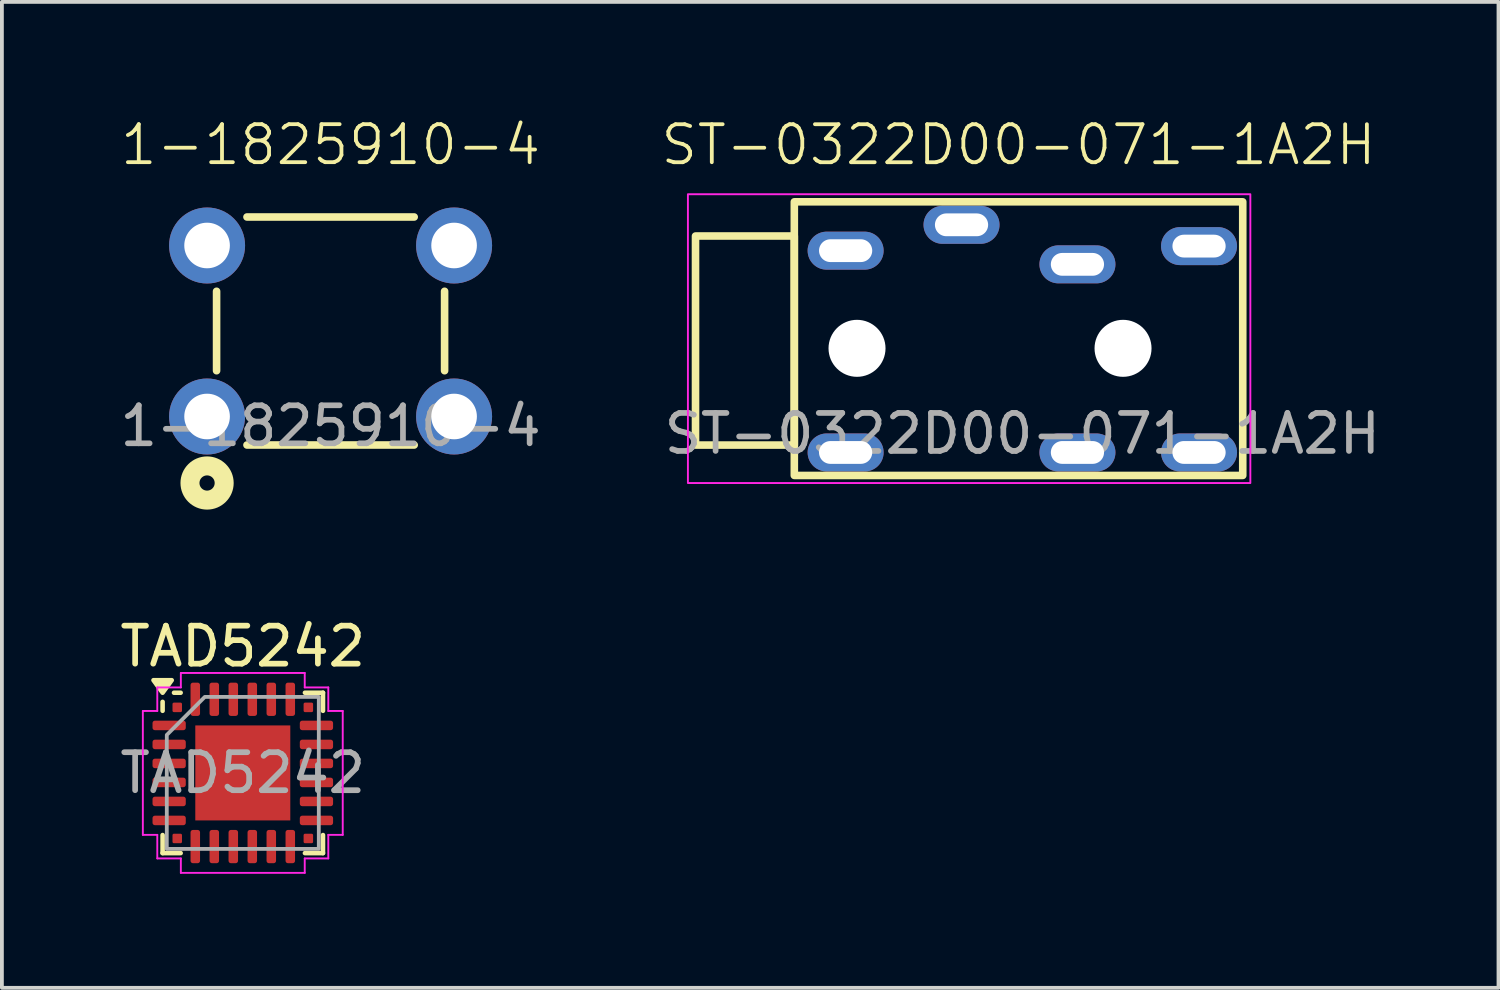
<source format=kicad_pcb>
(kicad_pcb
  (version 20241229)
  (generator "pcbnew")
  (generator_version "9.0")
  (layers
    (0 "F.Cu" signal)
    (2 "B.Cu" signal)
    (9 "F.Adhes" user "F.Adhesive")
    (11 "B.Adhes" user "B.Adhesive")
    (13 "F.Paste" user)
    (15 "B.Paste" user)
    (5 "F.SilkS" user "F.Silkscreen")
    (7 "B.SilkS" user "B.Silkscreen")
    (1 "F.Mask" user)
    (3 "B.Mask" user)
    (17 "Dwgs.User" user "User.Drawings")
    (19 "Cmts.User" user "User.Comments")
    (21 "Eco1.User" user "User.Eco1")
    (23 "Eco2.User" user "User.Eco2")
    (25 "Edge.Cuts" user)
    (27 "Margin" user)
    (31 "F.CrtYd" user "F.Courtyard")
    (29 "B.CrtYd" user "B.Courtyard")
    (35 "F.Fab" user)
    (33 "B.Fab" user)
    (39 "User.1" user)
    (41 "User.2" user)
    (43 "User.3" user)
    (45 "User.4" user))
  (footprint "1-1825910-4"
    (layer "F.Cu")
    (at 5.649 5.66)
    (property "Reference" "1-1825910-4" (at 0 -4.9 0) (unlocked yes) (layer "F.SilkS") (effects (font (size 1 1) (thickness 0.1))))
    (attr smd)
    (fp_line (start -3 -1.045) (end -3 1.045) (stroke (width 0.2) (type solid)) (layer "F.SilkS"))
    (fp_line (start -2.2 -3) (end 2.2 -3) (stroke (width 0.2) (type solid)) (layer "F.SilkS"))
    (fp_line (start -2.2 3) (end 2.2 3) (stroke (width 0.2) (type solid)) (layer "F.SilkS"))
    (fp_line (start 3 -1.045) (end 3 1.045) (stroke (width 0.2) (type solid)) (layer "F.SilkS"))
    (fp_circle (center -3.25 4) (end -3.05 4) (stroke (width 0.5) (type solid)) (fill no) (layer "F.SilkS"))
    (fp_text user "${REFERENCE}" (at 0 2.5 0) (unlocked yes) (layer "F.Fab") (effects (font (size 1 1) (thickness 0.15))))
    (pad "1" thru_hole circle (at -3.25 2.25) (size 2 2) (drill 1.2) (layers "*.Cu" "*.Mask"))
    (pad "2" thru_hole circle (at 3.25 2.25) (size 2 2) (drill 1.2) (layers "*.Cu" "*.Mask"))
    (pad "3" thru_hole circle (at 3.25 -2.25) (size 2 2) (drill 1.2) (layers "*.Cu" "*.Mask"))
    (pad "4" thru_hole circle (at -3.25 -2.25) (size 2 2) (drill 1.2) (layers "*.Cu" "*.Mask")))
  (footprint "ST-0322D00-071-1A2H"
    (layer "F.Cu")
    (at 23.852 5.861)
    (property "Reference" "ST-0322D00-071-1A2H" (at -0.1 -5.1 0) (unlocked yes) (layer "F.SilkS") (effects (font (size 1 1) (thickness 0.1))))
    (attr smd)
    (fp_rect (start -8.6 -2.7) (end -6 2.8) (stroke (width 0.2) (type solid)) (fill no) (layer "F.SilkS"))
    (fp_rect (start -6 -3.6) (end 5.8 3.6) (stroke (width 0.2) (type solid)) (fill no) (layer "F.SilkS"))
    (fp_rect (start -8.8 -3.8) (end 6 3.8) (stroke (width 0.05) (type default)) (fill no) (layer "F.CrtYd"))
    (fp_text user "${REFERENCE}" (at 0 2.5 0) (unlocked yes) (layer "F.Fab") (effects (font (size 1 1) (thickness 0.15))))
    (pad "" np_thru_hole circle (at -4.35 0.255) (size 1.5 1.5) (drill 1.5) (layers "*.Cu" "*.Mask"))
    (pad "" np_thru_hole circle (at 2.65 0.255) (size 1.5 1.5) (drill 1.5) (layers "*.Cu" "*.Mask"))
    (pad "1" thru_hole oval (at -4.65 2.995) (size 2 1) (drill oval 1.4 0.6) (layers "*.Cu" "*.Mask"))
    (pad "2" thru_hole oval (at -4.65 -2.315) (size 2 1) (drill oval 1.4 0.6) (layers "*.Cu" "*.Mask"))
    (pad "3" thru_hole oval (at 4.65 2.995) (size 2 1) (drill oval 1.4 0.6) (layers "*.Cu" "*.Mask"))
    (pad "4" thru_hole oval (at 4.65 -2.435) (size 2 1) (drill oval 1.4 0.6) (layers "*.Cu" "*.Mask"))
    (pad "5" thru_hole oval (at 1.45 -1.955) (size 2 1) (drill oval 1.4 0.6) (layers "*.Cu" "*.Mask"))
    (pad "6" thru_hole oval (at 1.45 2.995) (size 2 1) (drill oval 1.4 0.6) (layers "*.Cu" "*.Mask"))
    (pad "7" thru_hole oval (at -1.6 -2.995) (size 2 1) (drill oval 1.4 0.6) (layers "*.Cu" "*.Mask")))
  (footprint "TAD5242"
    (layer "F.Cu")
    (at 3.339 17.289)
    (property "Reference" "TAD5242" (at 0 -3.33 0) (layer "F.SilkS") (effects (font (size 1 1) (thickness 0.15))))
    (attr smd)
    (fp_line (start -2.11 -1.635) (end -2.11 -1.87) (stroke (width 0.12) (type solid)) (layer "F.SilkS"))
    (fp_line (start -2.11 2.11) (end -2.11 1.635) (stroke (width 0.12) (type solid)) (layer "F.SilkS"))
    (fp_line (start -1.635 -2.11) (end -1.81 -2.11) (stroke (width 0.12) (type solid)) (layer "F.SilkS"))
    (fp_line (start -1.635 2.11) (end -2.11 2.11) (stroke (width 0.12) (type solid)) (layer "F.SilkS"))
    (fp_line (start 1.635 -2.11) (end 2.11 -2.11) (stroke (width 0.12) (type solid)) (layer "F.SilkS"))
    (fp_line (start 1.635 2.11) (end 2.11 2.11) (stroke (width 0.12) (type solid)) (layer "F.SilkS"))
    (fp_line (start 2.11 -2.11) (end 2.11 -1.635) (stroke (width 0.12) (type solid)) (layer "F.SilkS"))
    (fp_line (start 2.11 2.11) (end 2.11 1.635) (stroke (width 0.12) (type solid)) (layer "F.SilkS"))
    (fp_poly (pts (xy -2.11 -2.11) (xy -2.35 -2.44) (xy -1.87 -2.44)) (stroke (width 0.12) (type solid)) (fill yes) (layer "F.SilkS"))
    (fp_line (start -2.63 -1.63) (end -2.25 -1.63) (stroke (width 0.05) (type solid)) (layer "F.CrtYd"))
    (fp_line (start -2.63 1.63) (end -2.63 -1.63) (stroke (width 0.05) (type solid)) (layer "F.CrtYd"))
    (fp_line (start -2.25 -2.25) (end -1.63 -2.25) (stroke (width 0.05) (type solid)) (layer "F.CrtYd"))
    (fp_line (start -2.25 -1.63) (end -2.25 -2.25) (stroke (width 0.05) (type solid)) (layer "F.CrtYd"))
    (fp_line (start -2.25 1.63) (end -2.63 1.63) (stroke (width 0.05) (type solid)) (layer "F.CrtYd"))
    (fp_line (start -2.25 2.25) (end -2.25 1.63) (stroke (width 0.05) (type solid)) (layer "F.CrtYd"))
    (fp_line (start -1.63 -2.63) (end 1.63 -2.63) (stroke (width 0.05) (type solid)) (layer "F.CrtYd"))
    (fp_line (start -1.63 -2.25) (end -1.63 -2.63) (stroke (width 0.05) (type solid)) (layer "F.CrtYd"))
    (fp_line (start -1.63 2.25) (end -2.25 2.25) (stroke (width 0.05) (type solid)) (layer "F.CrtYd"))
    (fp_line (start -1.63 2.63) (end -1.63 2.25) (stroke (width 0.05) (type solid)) (layer "F.CrtYd"))
    (fp_line (start 1.63 -2.63) (end 1.63 -2.25) (stroke (width 0.05) (type solid)) (layer "F.CrtYd"))
    (fp_line (start 1.63 -2.25) (end 2.25 -2.25) (stroke (width 0.05) (type solid)) (layer "F.CrtYd"))
    (fp_line (start 1.63 2.25) (end 1.63 2.63) (stroke (width 0.05) (type solid)) (layer "F.CrtYd"))
    (fp_line (start 1.63 2.63) (end -1.63 2.63) (stroke (width 0.05) (type solid)) (layer "F.CrtYd"))
    (fp_line (start 2.25 -2.25) (end 2.25 -1.63) (stroke (width 0.05) (type solid)) (layer "F.CrtYd"))
    (fp_line (start 2.25 -1.63) (end 2.63 -1.63) (stroke (width 0.05) (type solid)) (layer "F.CrtYd"))
    (fp_line (start 2.25 1.63) (end 2.25 2.25) (stroke (width 0.05) (type solid)) (layer "F.CrtYd"))
    (fp_line (start 2.25 2.25) (end 1.63 2.25) (stroke (width 0.05) (type solid)) (layer "F.CrtYd"))
    (fp_line (start 2.63 -1.63) (end 2.63 1.63) (stroke (width 0.05) (type solid)) (layer "F.CrtYd"))
    (fp_line (start 2.63 1.63) (end 2.25 1.63) (stroke (width 0.05) (type solid)) (layer "F.CrtYd"))
    (fp_poly (pts (xy -2 -1) (xy -2 2) (xy 2 2) (xy 2 -2) (xy -1 -2)) (stroke (width 0.1) (type solid)) (fill no) (layer "F.Fab"))
    (fp_text user "${REFERENCE}" (at 0 0 0) (layer "F.Fab") (effects (font (size 1 1) (thickness 0.15))))
    (pad "" smd roundrect (at -0.625 -0.625) (size 1.01 1.01) (layers "F.Paste") (roundrect_rratio 0.248))
    (pad "" smd roundrect (at -0.625 0.625) (size 1.01 1.01) (layers "F.Paste") (roundrect_rratio 0.248))
    (pad "" smd roundrect (at 0.625 -0.625) (size 1.01 1.01) (layers "F.Paste") (roundrect_rratio 0.248))
    (pad "" smd roundrect (at 0.625 0.625) (size 1.01 1.01) (layers "F.Paste") (roundrect_rratio 0.248))
    (pad "1" smd roundrect (at -1.938 -1.25) (size 0.875 0.25) (layers "F.Cu" "F.Mask" "F.Paste") (roundrect_rratio 0.25))
    (pad "2" smd roundrect (at -1.938 -0.75) (size 0.875 0.25) (layers "F.Cu" "F.Mask" "F.Paste") (roundrect_rratio 0.25))
    (pad "3" smd roundrect (at -1.938 -0.25) (size 0.875 0.25) (layers "F.Cu" "F.Mask" "F.Paste") (roundrect_rratio 0.25))
    (pad "4" smd roundrect (at -1.938 0.25) (size 0.875 0.25) (layers "F.Cu" "F.Mask" "F.Paste") (roundrect_rratio 0.25))
    (pad "5" smd roundrect (at -1.938 0.75) (size 0.875 0.25) (layers "F.Cu" "F.Mask" "F.Paste") (roundrect_rratio 0.25))
    (pad "6" smd roundrect (at -1.938 1.25) (size 0.875 0.25) (layers "F.Cu" "F.Mask" "F.Paste") (roundrect_rratio 0.25))
    (pad "7" smd roundrect (at -1.25 1.938) (size 0.25 0.875) (layers "F.Cu" "F.Mask" "F.Paste") (roundrect_rratio 0.25))
    (pad "8" smd roundrect (at -0.75 1.938) (size 0.25 0.875) (layers "F.Cu" "F.Mask" "F.Paste") (roundrect_rratio 0.25))
    (pad "9" smd roundrect (at -0.25 1.938) (size 0.25 0.875) (layers "F.Cu" "F.Mask" "F.Paste") (roundrect_rratio 0.25))
    (pad "10" smd roundrect (at 0.25 1.938) (size 0.25 0.875) (layers "F.Cu" "F.Mask" "F.Paste") (roundrect_rratio 0.25))
    (pad "11" smd roundrect (at 0.75 1.938) (size 0.25 0.875) (layers "F.Cu" "F.Mask" "F.Paste") (roundrect_rratio 0.25))
    (pad "12" smd roundrect (at 1.25 1.938) (size 0.25 0.875) (layers "F.Cu" "F.Mask" "F.Paste") (roundrect_rratio 0.25))
    (pad "13" smd roundrect (at 1.938 1.25) (size 0.875 0.25) (layers "F.Cu" "F.Mask" "F.Paste") (roundrect_rratio 0.25))
    (pad "14" smd roundrect (at 1.938 0.75) (size 0.875 0.25) (layers "F.Cu" "F.Mask" "F.Paste") (roundrect_rratio 0.25))
    (pad "15" smd roundrect (at 1.938 0.25) (size 0.875 0.25) (layers "F.Cu" "F.Mask" "F.Paste") (roundrect_rratio 0.25))
    (pad "16" smd roundrect (at 1.938 -0.25) (size 0.875 0.25) (layers "F.Cu" "F.Mask" "F.Paste") (roundrect_rratio 0.25))
    (pad "17" smd roundrect (at 1.938 -0.75) (size 0.875 0.25) (layers "F.Cu" "F.Mask" "F.Paste") (roundrect_rratio 0.25))
    (pad "18" smd roundrect (at 1.938 -1.25) (size 0.875 0.25) (layers "F.Cu" "F.Mask" "F.Paste") (roundrect_rratio 0.25))
    (pad "19" smd roundrect (at 1.25 -1.938) (size 0.25 0.875) (layers "F.Cu" "F.Mask" "F.Paste") (roundrect_rratio 0.25))
    (pad "20" smd roundrect (at 0.75 -1.938) (size 0.25 0.875) (layers "F.Cu" "F.Mask" "F.Paste") (roundrect_rratio 0.25))
    (pad "21" smd roundrect (at 0.25 -1.938) (size 0.25 0.875) (layers "F.Cu" "F.Mask" "F.Paste") (roundrect_rratio 0.25))
    (pad "22" smd roundrect (at -0.25 -1.938) (size 0.25 0.875) (layers "F.Cu" "F.Mask" "F.Paste") (roundrect_rratio 0.25))
    (pad "23" smd roundrect (at -0.75 -1.938) (size 0.25 0.875) (layers "F.Cu" "F.Mask" "F.Paste") (roundrect_rratio 0.25))
    (pad "24" smd roundrect (at -1.25 -1.938) (size 0.25 0.875) (layers "F.Cu" "F.Mask" "F.Paste") (roundrect_rratio 0.25))
    (pad "25" smd rect (at 0 0) (size 2.5 2.5) (property pad_prop_heatsink) (layers "F.Cu" "F.Mask"))
    (pad "A1" smd roundrect (at -1.725 -1.725 90) (size 0.25 0.25) (layers "F.Cu" "F.Mask" "F.Paste") (roundrect_rratio 0.15))
    (pad "A2" smd roundrect (at -1.725 1.725) (size 0.25 0.25) (layers "F.Cu" "F.Mask" "F.Paste") (roundrect_rratio 0.15))
    (pad "A3" smd roundrect (at 1.725 1.725) (size 0.25 0.25) (layers "F.Cu" "F.Mask" "F.Paste") (roundrect_rratio 0.15))
    (pad "A4" smd roundrect (at 1.725 -1.725) (size 0.25 0.25) (layers "F.Cu" "F.Mask" "F.Paste") (roundrect_rratio 0.15)))
  (gr_rect
    (start -3 -3)
    (end 36.382 22.944)
    (stroke (width 0.1) (type default))
    (fill no)
    (layer "Edge.Cuts")))
</source>
